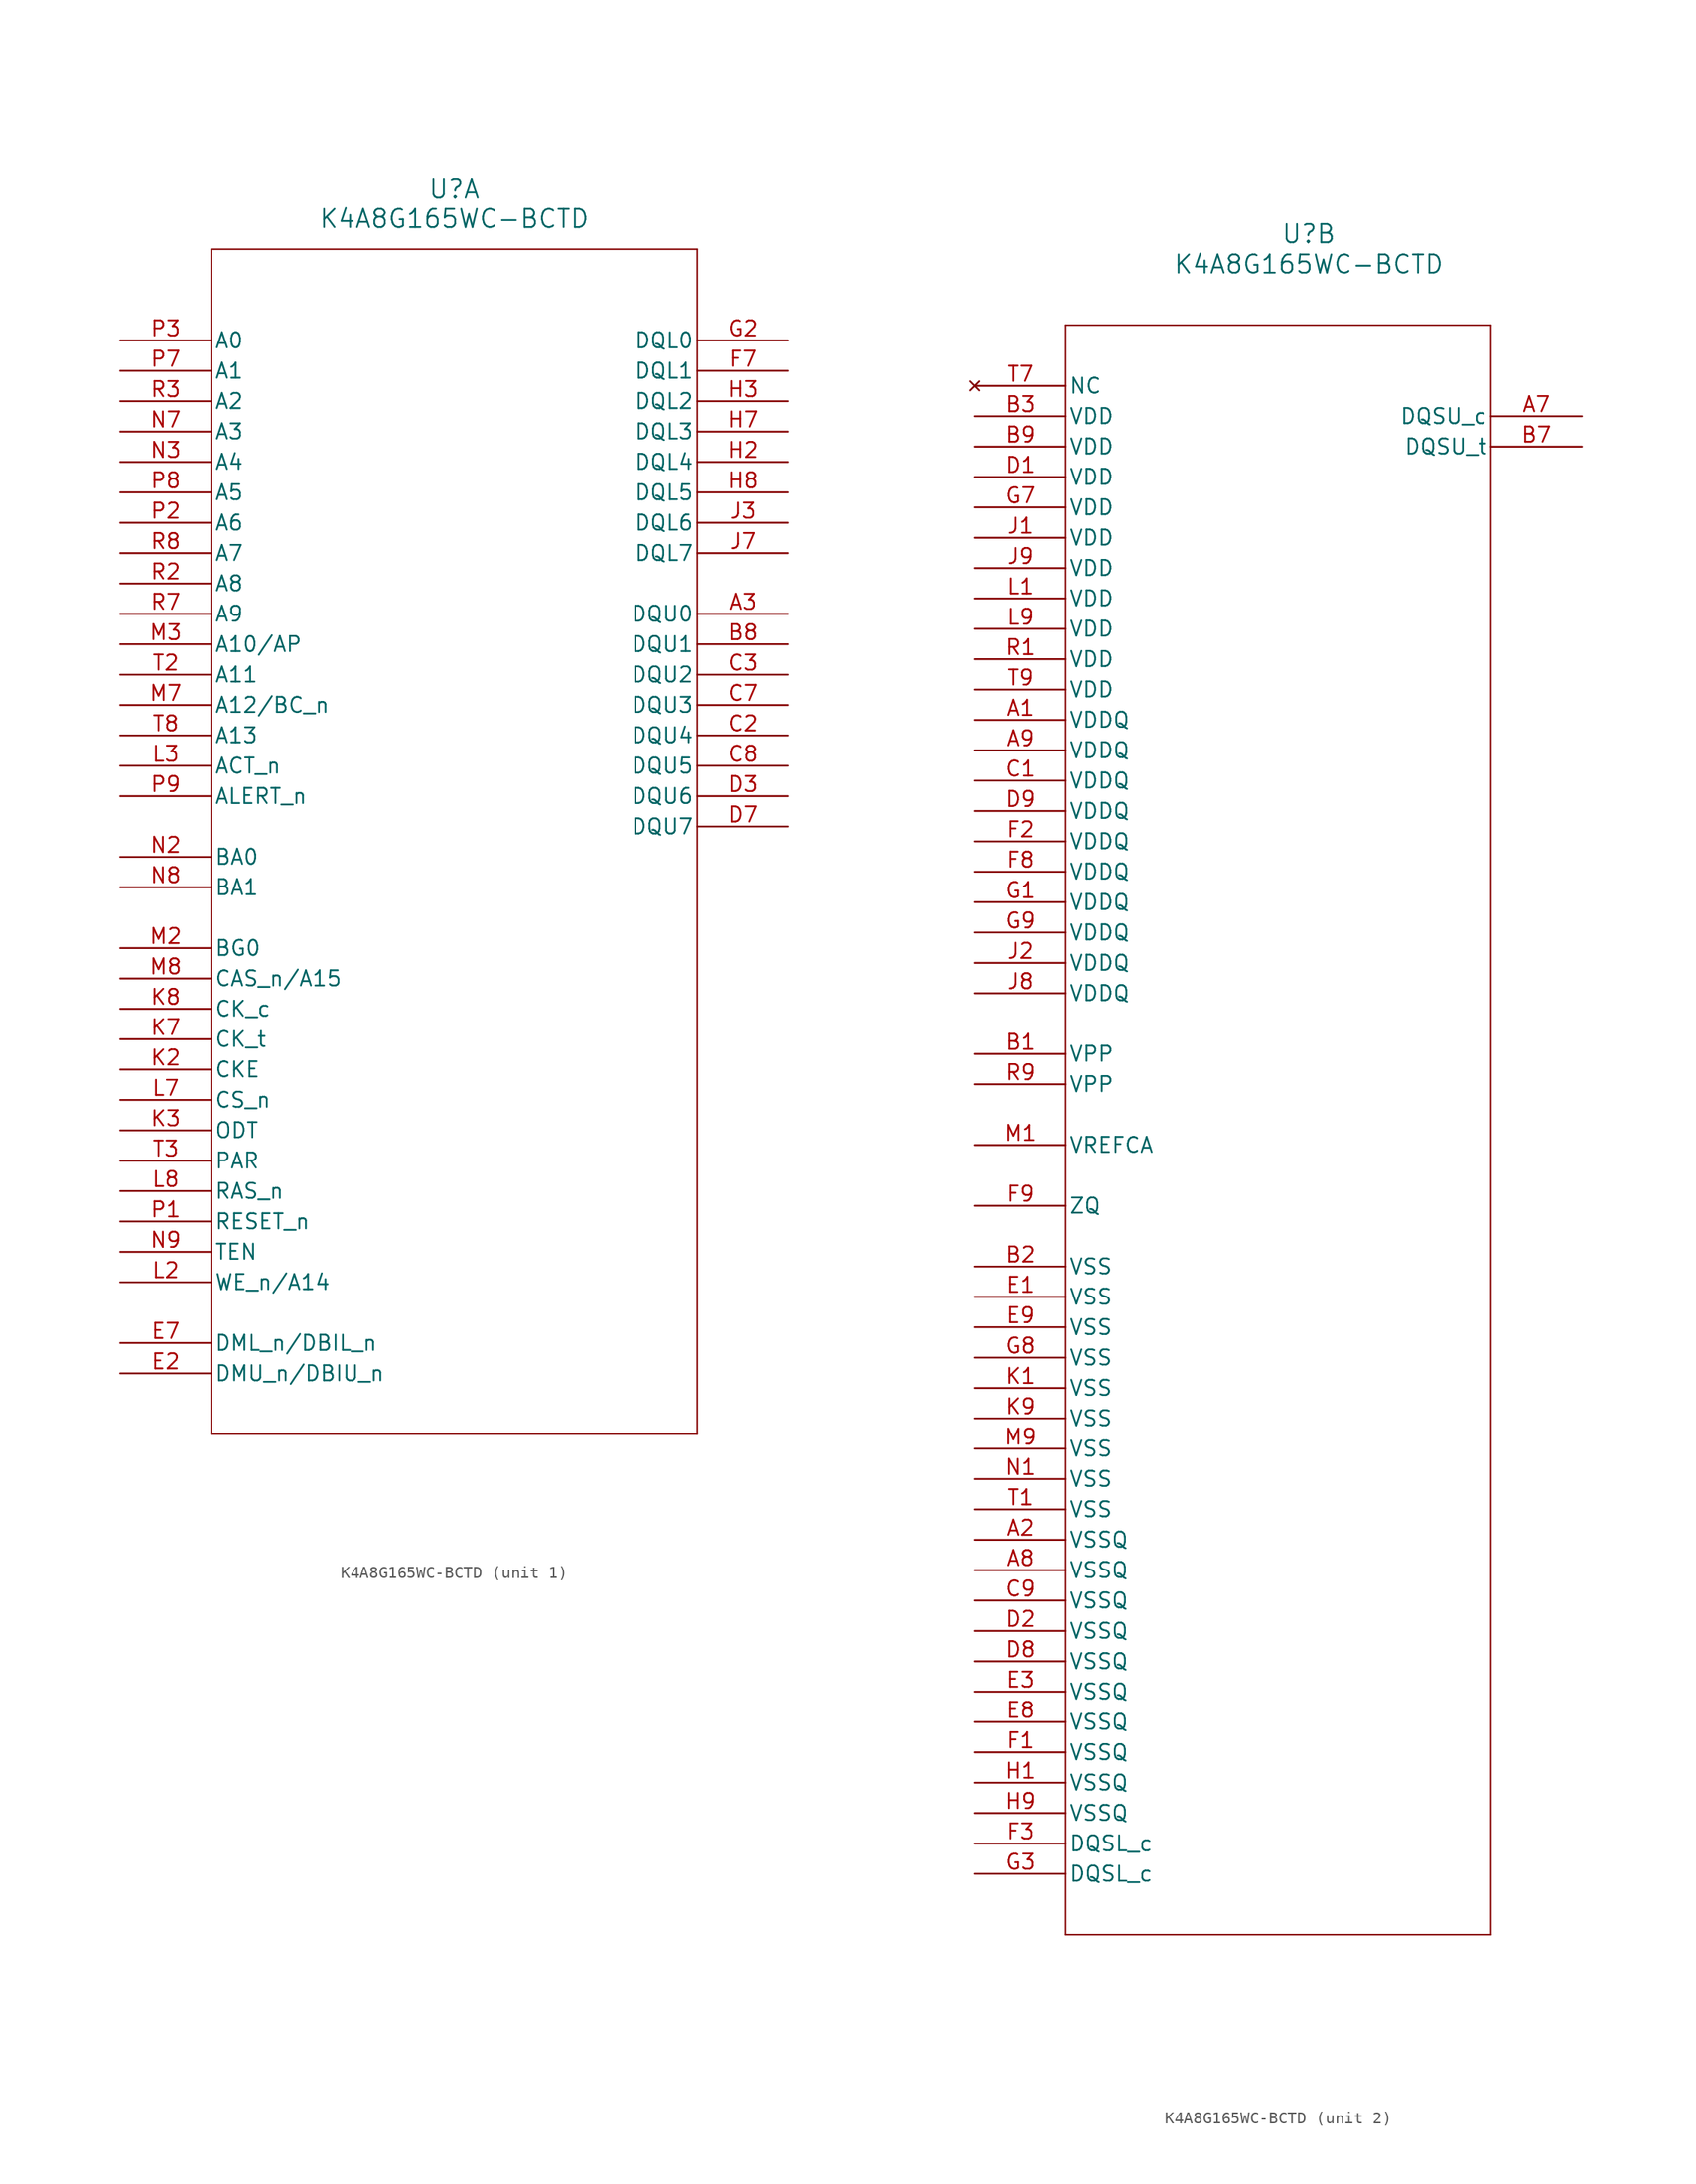
<source format=kicad_sym>
(kicad_symbol_lib
  (version 20211014)
  (generator kicad_symbol_editor)
  (symbol "K4A8G165WC-BCTD"
    (pin_names
      (offset 0.254))
    (property "Reference" "U"
      (at 27.94 12.7 0)
      (effects (font (size 1.524 1.524))))
    (property "Value" "K4A8G165WC-BCTD"
      (at 27.94 10.16 0)
      (effects (font (size 1.524 1.524))))
    (symbol "K4A8G165WC-BCTD_1_1"
      (polyline (pts (xy 7.62 7.62) (xy 7.62 -91.44)) (stroke (width 0.127) (type default) (color 0 0 0 0)) (fill (type none)))
      (polyline (pts (xy 7.62 -91.44) (xy 48.26 -91.44)) (stroke (width 0.127) (type default) (color 0 0 0 0)) (fill (type none)))
      (polyline (pts (xy 48.26 -91.44) (xy 48.26 7.62)) (stroke (width 0.127) (type default) (color 0 0 0 0)) (fill (type none)))
      (polyline (pts (xy 48.26 7.62) (xy 7.62 7.62)) (stroke (width 0.127) (type default) (color 0 0 0 0)) (fill (type none)))
      (pin bidirectional line (at 55.88 -22.86 180) (length 7.62) (name "DQU0" (effects (font (size 1.27 1.27)))) (number "A3" (effects (font (size 1.27 1.27)))))
      (pin bidirectional line (at 55.88 -25.4 180) (length 7.62) (name "DQU1" (effects (font (size 1.27 1.27)))) (number "B8" (effects (font (size 1.27 1.27)))))
      (pin bidirectional line (at 55.88 -33.02 180) (length 7.62) (name "DQU4" (effects (font (size 1.27 1.27)))) (number "C2" (effects (font (size 1.27 1.27)))))
      (pin bidirectional line (at 55.88 -27.94 180) (length 7.62) (name "DQU2" (effects (font (size 1.27 1.27)))) (number "C3" (effects (font (size 1.27 1.27)))))
      (pin bidirectional line (at 55.88 -30.48 180) (length 7.62) (name "DQU3" (effects (font (size 1.27 1.27)))) (number "C7" (effects (font (size 1.27 1.27)))))
      (pin bidirectional line (at 55.88 -35.56 180) (length 7.62) (name "DQU5" (effects (font (size 1.27 1.27)))) (number "C8" (effects (font (size 1.27 1.27)))))
      (pin bidirectional line (at 55.88 -38.1 180) (length 7.62) (name "DQU6" (effects (font (size 1.27 1.27)))) (number "D3" (effects (font (size 1.27 1.27)))))
      (pin bidirectional line (at 55.88 -40.64 180) (length 7.62) (name "DQU7" (effects (font (size 1.27 1.27)))) (number "D7" (effects (font (size 1.27 1.27)))))
      (pin bidirectional line (at 0 -86.36 0) (length 7.62) (name "DMU_n/DBIU_n" (effects (font (size 1.27 1.27)))) (number "E2" (effects (font (size 1.27 1.27)))))
      (pin bidirectional line (at 0 -83.82 0) (length 7.62) (name "DML_n/DBIL_n" (effects (font (size 1.27 1.27)))) (number "E7" (effects (font (size 1.27 1.27)))))
      (pin bidirectional line (at 55.88 -2.54 180) (length 7.62) (name "DQL1" (effects (font (size 1.27 1.27)))) (number "F7" (effects (font (size 1.27 1.27)))))
      (pin bidirectional line (at 55.88 0 180) (length 7.62) (name "DQL0" (effects (font (size 1.27 1.27)))) (number "G2" (effects (font (size 1.27 1.27)))))
      (pin bidirectional line (at 55.88 -10.16 180) (length 7.62) (name "DQL4" (effects (font (size 1.27 1.27)))) (number "H2" (effects (font (size 1.27 1.27)))))
      (pin bidirectional line (at 55.88 -5.08 180) (length 7.62) (name "DQL2" (effects (font (size 1.27 1.27)))) (number "H3" (effects (font (size 1.27 1.27)))))
      (pin bidirectional line (at 55.88 -7.62 180) (length 7.62) (name "DQL3" (effects (font (size 1.27 1.27)))) (number "H7" (effects (font (size 1.27 1.27)))))
      (pin bidirectional line (at 55.88 -12.7 180) (length 7.62) (name "DQL5" (effects (font (size 1.27 1.27)))) (number "H8" (effects (font (size 1.27 1.27)))))
      (pin bidirectional line (at 55.88 -15.24 180) (length 7.62) (name "DQL6" (effects (font (size 1.27 1.27)))) (number "J3" (effects (font (size 1.27 1.27)))))
      (pin bidirectional line (at 55.88 -17.78 180) (length 7.62) (name "DQL7" (effects (font (size 1.27 1.27)))) (number "J7" (effects (font (size 1.27 1.27)))))
      (pin input line (at 0 -60.96 0) (length 7.62) (name "CKE" (effects (font (size 1.27 1.27)))) (number "K2" (effects (font (size 1.27 1.27)))))
      (pin input line (at 0 -66.04 0) (length 7.62) (name "ODT" (effects (font (size 1.27 1.27)))) (number "K3" (effects (font (size 1.27 1.27)))))
      (pin input line (at 0 -58.42 0) (length 7.62) (name "CK_t" (effects (font (size 1.27 1.27)))) (number "K7" (effects (font (size 1.27 1.27)))))
      (pin input line (at 0 -55.88 0) (length 7.62) (name "CK_c" (effects (font (size 1.27 1.27)))) (number "K8" (effects (font (size 1.27 1.27)))))
      (pin input line (at 0 -78.74 0) (length 7.62) (name "WE_n/A14" (effects (font (size 1.27 1.27)))) (number "L2" (effects (font (size 1.27 1.27)))))
      (pin input line (at 0 -35.56 0) (length 7.62) (name "ACT_n" (effects (font (size 1.27 1.27)))) (number "L3" (effects (font (size 1.27 1.27)))))
      (pin input line (at 0 -63.5 0) (length 7.62) (name "CS_n" (effects (font (size 1.27 1.27)))) (number "L7" (effects (font (size 1.27 1.27)))))
      (pin input line (at 0 -71.12 0) (length 7.62) (name "RAS_n" (effects (font (size 1.27 1.27)))) (number "L8" (effects (font (size 1.27 1.27)))))
      (pin input line (at 0 -50.8 0) (length 7.62) (name "BG0" (effects (font (size 1.27 1.27)))) (number "M2" (effects (font (size 1.27 1.27)))))
      (pin input line (at 0 -25.4 0) (length 7.62) (name "A10/AP" (effects (font (size 1.27 1.27)))) (number "M3" (effects (font (size 1.27 1.27)))))
      (pin input line (at 0 -30.48 0) (length 7.62) (name "A12/BC_n" (effects (font (size 1.27 1.27)))) (number "M7" (effects (font (size 1.27 1.27)))))
      (pin input line (at 0 -53.34 0) (length 7.62) (name "CAS_n/A15" (effects (font (size 1.27 1.27)))) (number "M8" (effects (font (size 1.27 1.27)))))
      (pin input line (at 0 -43.18 0) (length 7.62) (name "BA0" (effects (font (size 1.27 1.27)))) (number "N2" (effects (font (size 1.27 1.27)))))
      (pin input line (at 0 -10.16 0) (length 7.62) (name "A4" (effects (font (size 1.27 1.27)))) (number "N3" (effects (font (size 1.27 1.27)))))
      (pin input line (at 0 -7.62 0) (length 7.62) (name "A3" (effects (font (size 1.27 1.27)))) (number "N7" (effects (font (size 1.27 1.27)))))
      (pin input line (at 0 -45.72 0) (length 7.62) (name "BA1" (effects (font (size 1.27 1.27)))) (number "N8" (effects (font (size 1.27 1.27)))))
      (pin input line (at 0 -76.2 0) (length 7.62) (name "TEN" (effects (font (size 1.27 1.27)))) (number "N9" (effects (font (size 1.27 1.27)))))
      (pin input line (at 0 -73.66 0) (length 7.62) (name "RESET_n" (effects (font (size 1.27 1.27)))) (number "P1" (effects (font (size 1.27 1.27)))))
      (pin input line (at 0 -15.24 0) (length 7.62) (name "A6" (effects (font (size 1.27 1.27)))) (number "P2" (effects (font (size 1.27 1.27)))))
      (pin input line (at 0 0 0) (length 7.62) (name "A0" (effects (font (size 1.27 1.27)))) (number "P3" (effects (font (size 1.27 1.27)))))
      (pin input line (at 0 -2.54 0) (length 7.62) (name "A1" (effects (font (size 1.27 1.27)))) (number "P7" (effects (font (size 1.27 1.27)))))
      (pin input line (at 0 -12.7 0) (length 7.62) (name "A5" (effects (font (size 1.27 1.27)))) (number "P8" (effects (font (size 1.27 1.27)))))
      (pin input line (at 0 -38.1 0) (length 7.62) (name "ALERT_n" (effects (font (size 1.27 1.27)))) (number "P9" (effects (font (size 1.27 1.27)))))
      (pin input line (at 0 -20.32 0) (length 7.62) (name "A8" (effects (font (size 1.27 1.27)))) (number "R2" (effects (font (size 1.27 1.27)))))
      (pin input line (at 0 -5.08 0) (length 7.62) (name "A2" (effects (font (size 1.27 1.27)))) (number "R3" (effects (font (size 1.27 1.27)))))
      (pin input line (at 0 -22.86 0) (length 7.62) (name "A9" (effects (font (size 1.27 1.27)))) (number "R7" (effects (font (size 1.27 1.27)))))
      (pin input line (at 0 -17.78 0) (length 7.62) (name "A7" (effects (font (size 1.27 1.27)))) (number "R8" (effects (font (size 1.27 1.27)))))
      (pin input line (at 0 -27.94 0) (length 7.62) (name "A11" (effects (font (size 1.27 1.27)))) (number "T2" (effects (font (size 1.27 1.27)))))
      (pin input line (at 0 -68.58 0) (length 7.62) (name "PAR" (effects (font (size 1.27 1.27)))) (number "T3" (effects (font (size 1.27 1.27)))))
      (pin input line (at 0 -33.02 0) (length 7.62) (name "A13" (effects (font (size 1.27 1.27)))) (number "T8" (effects (font (size 1.27 1.27))))))
    (symbol "K4A8G165WC-BCTD_2_1"
      (polyline (pts (xy 7.62 5.08) (xy 7.62 -129.54)) (stroke (width 0.127) (type default) (color 0 0 0 0)) (fill (type none)))
      (polyline (pts (xy 7.62 -129.54) (xy 43.18 -129.54)) (stroke (width 0.127) (type default) (color 0 0 0 0)) (fill (type none)))
      (polyline (pts (xy 43.18 -129.54) (xy 43.18 5.08)) (stroke (width 0.127) (type default) (color 0 0 0 0)) (fill (type none)))
      (polyline (pts (xy 43.18 5.08) (xy 7.62 5.08)) (stroke (width 0.127) (type default) (color 0 0 0 0)) (fill (type none)))
      (pin power_in line (at 0 -27.94 0) (length 7.62) (name "VDDQ" (effects (font (size 1.27 1.27)))) (number "A1" (effects (font (size 1.27 1.27)))))
      (pin power_out line (at 0 -96.52 0) (length 7.62) (name "VSSQ" (effects (font (size 1.27 1.27)))) (number "A2" (effects (font (size 1.27 1.27)))))
      (pin bidirectional line (at 50.8 -2.54 180) (length 7.62) (name "DQSU_c" (effects (font (size 1.27 1.27)))) (number "A7" (effects (font (size 1.27 1.27)))))
      (pin power_out line (at 0 -99.06 0) (length 7.62) (name "VSSQ" (effects (font (size 1.27 1.27)))) (number "A8" (effects (font (size 1.27 1.27)))))
      (pin power_in line (at 0 -30.48 0) (length 7.62) (name "VDDQ" (effects (font (size 1.27 1.27)))) (number "A9" (effects (font (size 1.27 1.27)))))
      (pin power_in line (at 0 -55.88 0) (length 7.62) (name "VPP" (effects (font (size 1.27 1.27)))) (number "B1" (effects (font (size 1.27 1.27)))))
      (pin power_out line (at 0 -73.66 0) (length 7.62) (name "VSS" (effects (font (size 1.27 1.27)))) (number "B2" (effects (font (size 1.27 1.27)))))
      (pin power_in line (at 0 -2.54 0) (length 7.62) (name "VDD" (effects (font (size 1.27 1.27)))) (number "B3" (effects (font (size 1.27 1.27)))))
      (pin bidirectional line (at 50.8 -5.08 180) (length 7.62) (name "DQSU_t" (effects (font (size 1.27 1.27)))) (number "B7" (effects (font (size 1.27 1.27)))))
      (pin power_in line (at 0 -5.08 0) (length 7.62) (name "VDD" (effects (font (size 1.27 1.27)))) (number "B9" (effects (font (size 1.27 1.27)))))
      (pin power_in line (at 0 -33.02 0) (length 7.62) (name "VDDQ" (effects (font (size 1.27 1.27)))) (number "C1" (effects (font (size 1.27 1.27)))))
      (pin power_out line (at 0 -101.6 0) (length 7.62) (name "VSSQ" (effects (font (size 1.27 1.27)))) (number "C9" (effects (font (size 1.27 1.27)))))
      (pin power_in line (at 0 -7.62 0) (length 7.62) (name "VDD" (effects (font (size 1.27 1.27)))) (number "D1" (effects (font (size 1.27 1.27)))))
      (pin power_out line (at 0 -104.14 0) (length 7.62) (name "VSSQ" (effects (font (size 1.27 1.27)))) (number "D2" (effects (font (size 1.27 1.27)))))
      (pin power_out line (at 0 -106.68 0) (length 7.62) (name "VSSQ" (effects (font (size 1.27 1.27)))) (number "D8" (effects (font (size 1.27 1.27)))))
      (pin power_in line (at 0 -35.56 0) (length 7.62) (name "VDDQ" (effects (font (size 1.27 1.27)))) (number "D9" (effects (font (size 1.27 1.27)))))
      (pin power_out line (at 0 -76.2 0) (length 7.62) (name "VSS" (effects (font (size 1.27 1.27)))) (number "E1" (effects (font (size 1.27 1.27)))))
      (pin power_out line (at 0 -109.22 0) (length 7.62) (name "VSSQ" (effects (font (size 1.27 1.27)))) (number "E3" (effects (font (size 1.27 1.27)))))
      (pin power_out line (at 0 -111.76 0) (length 7.62) (name "VSSQ" (effects (font (size 1.27 1.27)))) (number "E8" (effects (font (size 1.27 1.27)))))
      (pin power_out line (at 0 -78.74 0) (length 7.62) (name "VSS" (effects (font (size 1.27 1.27)))) (number "E9" (effects (font (size 1.27 1.27)))))
      (pin power_out line (at 0 -114.3 0) (length 7.62) (name "VSSQ" (effects (font (size 1.27 1.27)))) (number "F1" (effects (font (size 1.27 1.27)))))
      (pin power_in line (at 0 -38.1 0) (length 7.62) (name "VDDQ" (effects (font (size 1.27 1.27)))) (number "F2" (effects (font (size 1.27 1.27)))))
      (pin bidirectional line (at 0 -121.92 0) (length 7.62) (name "DQSL_c" (effects (font (size 1.27 1.27)))) (number "F3" (effects (font (size 1.27 1.27)))))
      (pin power_in line (at 0 -40.64 0) (length 7.62) (name "VDDQ" (effects (font (size 1.27 1.27)))) (number "F8" (effects (font (size 1.27 1.27)))))
      (pin power_in line (at 0 -68.58 0) (length 7.62) (name "ZQ" (effects (font (size 1.27 1.27)))) (number "F9" (effects (font (size 1.27 1.27)))))
      (pin power_in line (at 0 -43.18 0) (length 7.62) (name "VDDQ" (effects (font (size 1.27 1.27)))) (number "G1" (effects (font (size 1.27 1.27)))))
      (pin bidirectional line (at 0 -124.46 0) (length 7.62) (name "DQSL_c" (effects (font (size 1.27 1.27)))) (number "G3" (effects (font (size 1.27 1.27)))))
      (pin power_in line (at 0 -10.16 0) (length 7.62) (name "VDD" (effects (font (size 1.27 1.27)))) (number "G7" (effects (font (size 1.27 1.27)))))
      (pin power_out line (at 0 -81.28 0) (length 7.62) (name "VSS" (effects (font (size 1.27 1.27)))) (number "G8" (effects (font (size 1.27 1.27)))))
      (pin power_in line (at 0 -45.72 0) (length 7.62) (name "VDDQ" (effects (font (size 1.27 1.27)))) (number "G9" (effects (font (size 1.27 1.27)))))
      (pin power_out line (at 0 -116.84 0) (length 7.62) (name "VSSQ" (effects (font (size 1.27 1.27)))) (number "H1" (effects (font (size 1.27 1.27)))))
      (pin power_out line (at 0 -119.38 0) (length 7.62) (name "VSSQ" (effects (font (size 1.27 1.27)))) (number "H9" (effects (font (size 1.27 1.27)))))
      (pin power_in line (at 0 -12.7 0) (length 7.62) (name "VDD" (effects (font (size 1.27 1.27)))) (number "J1" (effects (font (size 1.27 1.27)))))
      (pin power_in line (at 0 -48.26 0) (length 7.62) (name "VDDQ" (effects (font (size 1.27 1.27)))) (number "J2" (effects (font (size 1.27 1.27)))))
      (pin power_in line (at 0 -50.8 0) (length 7.62) (name "VDDQ" (effects (font (size 1.27 1.27)))) (number "J8" (effects (font (size 1.27 1.27)))))
      (pin power_in line (at 0 -15.24 0) (length 7.62) (name "VDD" (effects (font (size 1.27 1.27)))) (number "J9" (effects (font (size 1.27 1.27)))))
      (pin power_out line (at 0 -83.82 0) (length 7.62) (name "VSS" (effects (font (size 1.27 1.27)))) (number "K1" (effects (font (size 1.27 1.27)))))
      (pin power_out line (at 0 -86.36 0) (length 7.62) (name "VSS" (effects (font (size 1.27 1.27)))) (number "K9" (effects (font (size 1.27 1.27)))))
      (pin power_in line (at 0 -17.78 0) (length 7.62) (name "VDD" (effects (font (size 1.27 1.27)))) (number "L1" (effects (font (size 1.27 1.27)))))
      (pin power_in line (at 0 -20.32 0) (length 7.62) (name "VDD" (effects (font (size 1.27 1.27)))) (number "L9" (effects (font (size 1.27 1.27)))))
      (pin power_in line (at 0 -63.5 0) (length 7.62) (name "VREFCA" (effects (font (size 1.27 1.27)))) (number "M1" (effects (font (size 1.27 1.27)))))
      (pin power_out line (at 0 -88.9 0) (length 7.62) (name "VSS" (effects (font (size 1.27 1.27)))) (number "M9" (effects (font (size 1.27 1.27)))))
      (pin power_out line (at 0 -91.44 0) (length 7.62) (name "VSS" (effects (font (size 1.27 1.27)))) (number "N1" (effects (font (size 1.27 1.27)))))
      (pin power_in line (at 0 -22.86 0) (length 7.62) (name "VDD" (effects (font (size 1.27 1.27)))) (number "R1" (effects (font (size 1.27 1.27)))))
      (pin power_in line (at 0 -58.42 0) (length 7.62) (name "VPP" (effects (font (size 1.27 1.27)))) (number "R9" (effects (font (size 1.27 1.27)))))
      (pin power_out line (at 0 -93.98 0) (length 7.62) (name "VSS" (effects (font (size 1.27 1.27)))) (number "T1" (effects (font (size 1.27 1.27)))))
      (pin no_connect line (at 0 0 0) (length 7.62) (name "NC" (effects (font (size 1.27 1.27)))) (number "T7" (effects (font (size 1.27 1.27)))))
      (pin power_in line (at 0 -25.4 0) (length 7.62) (name "VDD" (effects (font (size 1.27 1.27)))) (number "T9" (effects (font (size 1.27 1.27))))))))
</source>
